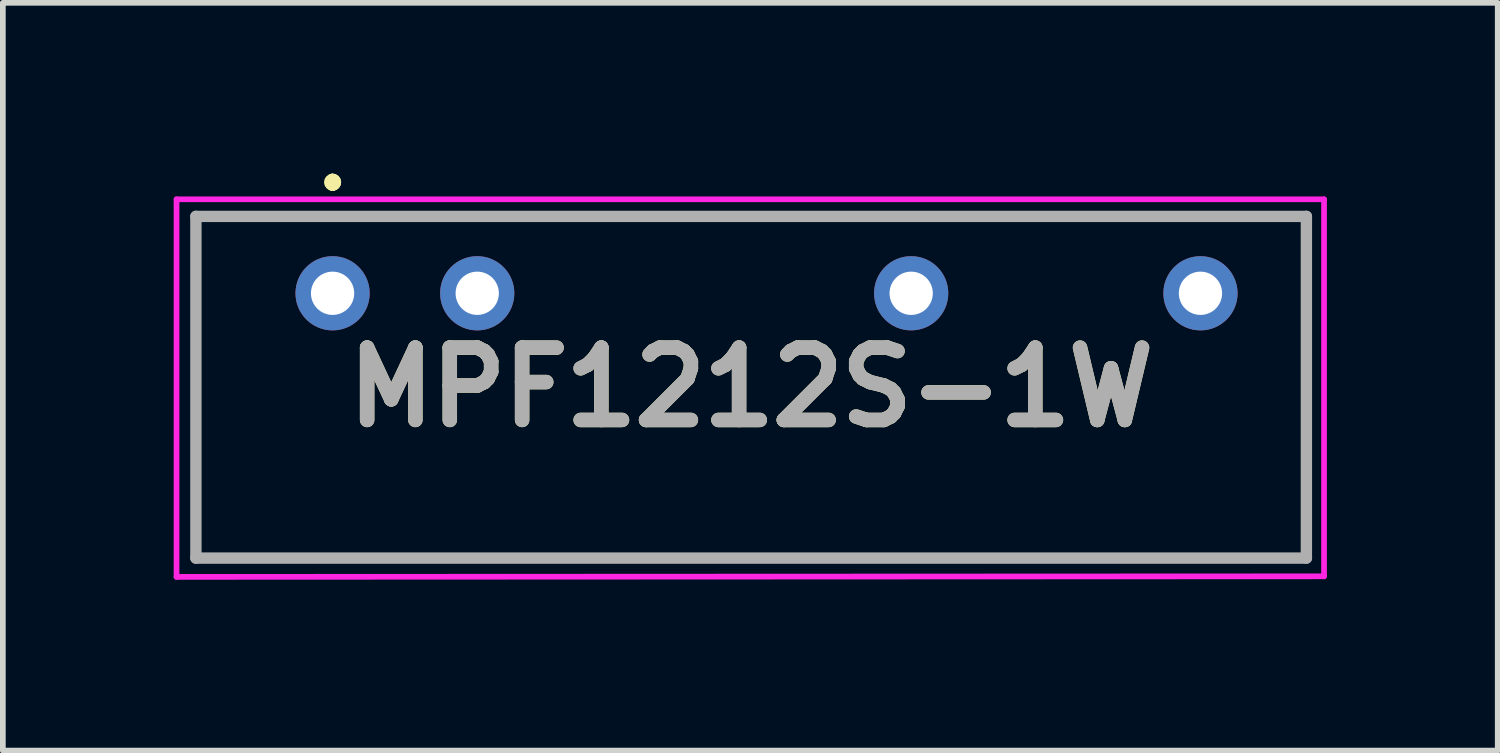
<source format=kicad_pcb>
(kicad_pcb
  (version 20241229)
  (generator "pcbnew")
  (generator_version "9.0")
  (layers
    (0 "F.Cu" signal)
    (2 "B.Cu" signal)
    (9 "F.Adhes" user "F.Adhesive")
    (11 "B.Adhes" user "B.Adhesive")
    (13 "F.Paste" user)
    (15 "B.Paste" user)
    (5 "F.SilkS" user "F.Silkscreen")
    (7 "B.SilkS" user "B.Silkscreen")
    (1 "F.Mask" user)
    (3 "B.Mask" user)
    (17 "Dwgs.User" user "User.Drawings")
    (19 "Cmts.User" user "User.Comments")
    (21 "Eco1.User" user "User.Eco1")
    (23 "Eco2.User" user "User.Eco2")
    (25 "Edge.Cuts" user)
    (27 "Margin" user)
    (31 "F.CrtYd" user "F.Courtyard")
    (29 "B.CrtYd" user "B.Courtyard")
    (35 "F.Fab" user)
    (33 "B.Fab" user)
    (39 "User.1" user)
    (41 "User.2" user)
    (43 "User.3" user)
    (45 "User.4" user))
  (footprint "MPF1212S-1W"
    (layer "F.Cu")
    (at 2.79 2.1)
    (property "Reference" "MPF1212S-1W" (at 7.35 1.65 0) (layer "F.SilkS") (effects (font (size 1.27 1.27) (thickness 0.254))))
    (attr through_hole)
    (fp_line (start -2.4 -1.35) (end -2.4 4.65) (stroke (width 0.1) (type solid)) (layer "F.SilkS"))
    (fp_line (start -2.4 4.65) (end 17.1 4.65) (stroke (width 0.1) (type solid)) (layer "F.SilkS"))
    (fp_line (start 0 -2) (end 0 -2) (stroke (width 0.2) (type solid)) (layer "F.SilkS"))
    (fp_line (start 0 -1.9) (end 0 -1.9) (stroke (width 0.2) (type solid)) (layer "F.SilkS"))
    (fp_line (start 0 -1.9) (end 0 -1.9) (stroke (width 0.2) (type solid)) (layer "F.SilkS"))
    (fp_line (start 17.1 -1.35) (end -2.4 -1.35) (stroke (width 0.1) (type solid)) (layer "F.SilkS"))
    (fp_line (start 17.1 4.65) (end 17.1 -1.35) (stroke (width 0.1) (type solid)) (layer "F.SilkS"))
    (fp_arc (start 0 -2) (mid 0.05 -1.95) (end 0 -1.9) (stroke (width 0.2) (type solid)) (layer "F.SilkS"))
    (fp_arc (start 0 -2) (mid 0.05 -1.95) (end 0 -1.9) (stroke (width 0.2) (type solid)) (layer "F.SilkS"))
    (fp_arc (start 0 -1.9) (mid -0.05 -1.95) (end 0 -2) (stroke (width 0.2) (type solid)) (layer "F.SilkS"))
    (fp_line (start -2.74 -1.65) (end -2.74 4.98) (stroke (width 0.1) (type solid)) (layer "F.CrtYd"))
    (fp_line (start -2.74 4.98) (end 17.41 4.97) (stroke (width 0.1) (type solid)) (layer "F.CrtYd"))
    (fp_line (start 17.41 -1.65) (end -2.74 -1.65) (stroke (width 0.1) (type solid)) (layer "F.CrtYd"))
    (fp_line (start 17.41 4.97) (end 17.41 -1.65) (stroke (width 0.1) (type solid)) (layer "F.CrtYd"))
    (fp_line (start -2.4 -1.35) (end 17.1 -1.35) (stroke (width 0.2) (type solid)) (layer "F.Fab"))
    (fp_line (start -2.4 4.65) (end -2.4 -1.35) (stroke (width 0.2) (type solid)) (layer "F.Fab"))
    (fp_line (start 17.1 -1.35) (end 17.1 4.65) (stroke (width 0.2) (type solid)) (layer "F.Fab"))
    (fp_line (start 17.1 4.65) (end -2.4 4.65) (stroke (width 0.2) (type solid)) (layer "F.Fab"))
    (fp_text user "${REFERENCE}" (at 7.35 1.65 0) (layer "F.Fab") (effects (font (size 1.27 1.27) (thickness 0.254))))
    (pad "1" thru_hole circle (at 0 0) (size 1.303 1.303) (drill 0.76) (layers "*.Cu" "*.Mask"))
    (pad "2" thru_hole circle (at 2.54 0) (size 1.303 1.303) (drill 0.76) (layers "*.Cu" "*.Mask"))
    (pad "5" thru_hole circle (at 10.16 0) (size 1.303 1.303) (drill 0.76) (layers "*.Cu" "*.Mask"))
    (pad "7" thru_hole circle (at 15.24 0) (size 1.303 1.303) (drill 0.76) (layers "*.Cu" "*.Mask")))
  (gr_rect
    (start -3 -3)
    (end 23.25 10.13)
    (stroke (width 0.1) (type default))
    (fill no)
    (layer "Edge.Cuts")))
</source>
